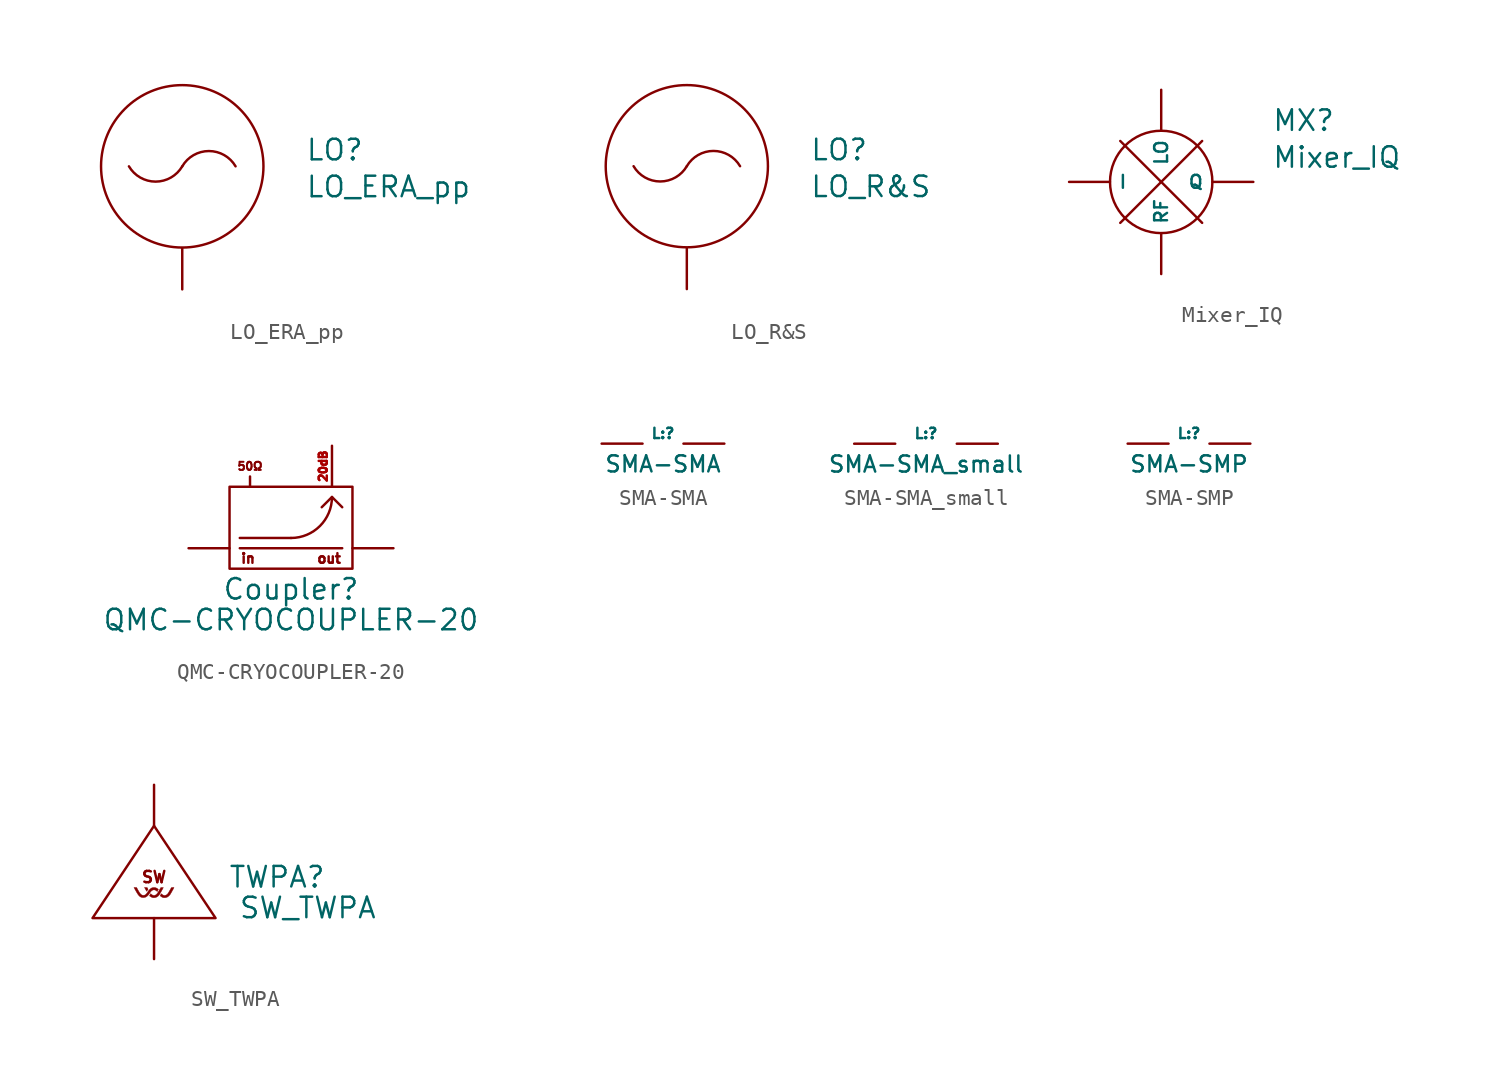
<source format=kicad_sym>
(kicad_symbol_lib
  (version 20220914)
  (generator kicad_symbol_editor)
  (symbol "LO_ERA_pp"
    (property "Reference" "LO"
      (at 7.62 1.016 0)
      (effects (font (size 1.27 1.27)) (justify left)))
    (property "Value" "LO_ERA_pp"
      (at 7.62 -1.27 0)
      (effects (font (size 1.27 1.27)) (justify left)))
    (symbol "LO_ERA_pp_0_0"
      (arc (start -3.302 0) (mid -1.651 -0.9472) (end 0 0) (stroke (width 0) (type default)) (fill (type none)))
      (circle (center 0 0) (radius 5.029) (stroke (width 0) (type default)) (fill (type none)))
      (arc (start 3.302 0) (mid 1.651 0.9466) (end 0 0) (stroke (width 0) (type default)) (fill (type none))))
    (symbol "LO_ERA_pp_1_1"
      (pin output line (at 0 -7.62 90) (length 2.54) (name "" (effects (font (size 1.27 1.27)))) (number "" (effects (font (size 1.27 1.27)))))))
  (symbol "LO_R&S"
    (property "Reference" "LO"
      (at 7.62 1.016 0)
      (effects (font (size 1.27 1.27)) (justify left)))
    (property "Value" "LO_R&S"
      (at 7.62 -1.27 0)
      (effects (font (size 1.27 1.27)) (justify left)))
    (symbol "LO_R&S_0_0"
      (arc (start -3.302 0) (mid -1.651 -0.9472) (end 0 0) (stroke (width 0) (type default)) (fill (type none)))
      (circle (center 0 0) (radius 5.029) (stroke (width 0) (type default)) (fill (type none)))
      (arc (start 3.302 0) (mid 1.651 0.9466) (end 0 0) (stroke (width 0) (type default)) (fill (type none))))
    (symbol "LO_R&S_1_1"
      (pin output line (at 0 -7.62 90) (length 2.54) (name "" (effects (font (size 1.27 1.27)))) (number "" (effects (font (size 1.27 1.27)))))))
  (symbol "Mixer_IQ"
    (property "Reference" "MX"
      (at 6.858 3.81 0)
      (effects (font (size 1.27 1.27)) (justify left)))
    (property "Value" "Mixer_IQ"
      (at 6.858 1.524 0)
      (effects (font (size 1.27 1.27)) (justify left)))
    (symbol "Mixer_IQ_0_0"
      (polyline (pts (xy -2.54 2.54) (xy 2.54 -2.54)) (stroke (width 0) (type default)) (fill (type none)))
      (polyline (pts (xy 2.54 2.54) (xy -2.54 -2.54)) (stroke (width 0) (type default)) (fill (type none)))
      (circle (center 0 0) (radius 3.175) (stroke (width 0) (type default)) (fill (type none))))
    (symbol "Mixer_IQ_1_1"
      (pin bidirectional line (at -5.715 0 0) (length 2.54) (name "I" (effects (font (size 0.8 0.8)))) (number "" (effects (font (size 1.27 1.27)))))
      (pin bidirectional line (at 0 5.715 270) (length 2.54) (name "LO" (effects (font (size 0.8 0.8)))) (number "" (effects (font (size 1.27 1.27)))))
      (pin bidirectional line (at 5.715 0 180) (length 2.54) (name "Q" (effects (font (size 0.8 0.8)))) (number "" (effects (font (size 1.27 1.27)))))
      (pin bidirectional line (at 0 -5.715 90) (length 2.54) (name "RF" (effects (font (size 0.8 0.8)))) (number "" (effects (font (size 1.27 1.27)))))))
  (symbol "QMC-CRYOCOUPLER-20"
    (property "Reference" "Coupler"
      (at 0 -2.54 0)
      (effects (font (size 1.27 1.27))))
    (property "Value" "QMC-CRYOCOUPLER-20"
      (at 0 -4.445 0)
      (effects (font (size 1.27 1.27))))
    (symbol "QMC-CRYOCOUPLER-20_0_1"
      (rectangle (start -3.81 3.81) (end 3.81 -1.27) (stroke (width 0) (type default)) (fill (type none)))
      (polyline (pts (xy -3.175 0) (xy 3.175 0)) (stroke (width 0) (type default)) (fill (type none)))
      (polyline (pts (xy -2.54 4.445) (xy -2.54 3.81)) (stroke (width 0) (type default)) (fill (type none)))
      (polyline (pts (xy 0 0.635) (xy -3.175 0.635)) (stroke (width 0) (type default)) (fill (type none)))
      (polyline (pts (xy 3.175 2.54) (xy 2.54 3.175) (xy 1.905 2.54)) (stroke (width 0) (type default)) (fill (type none)))
      (arc (start 0 0.635) (mid 1.7961 1.3789) (end 2.54 3.175) (stroke (width 0) (type default)) (fill (type none))))
    (symbol "QMC-CRYOCOUPLER-20_1_0"
      (text "50Ω" (at -2.54 5.08 0) (effects (font (size 0.5 0.5))))
      (text "in" (at -3.175 -0.635 0) (effects (font (size 0.6 0.6)) (justify left)))
      (text "out" (at 3.175 -0.635 0) (effects (font (size 0.6 0.6)) (justify right))))
    (symbol "QMC-CRYOCOUPLER-20_1_1"
      (pin output line (at -6.35 0 0) (length 2.54) (name "" (effects (font (size 1.27 1.27)))) (number "" (effects (font (size 1.27 1.27)))))
      (pin input line (at 6.35 0 180) (length 2.54) (name "" (effects (font (size 1.27 1.27)))) (number "" (effects (font (size 1.27 1.27)))))
      (pin input line (at 2.54 6.35 270) (length 2.54) (name "" (effects (font (size 1.27 1.27)))) (number "20dB" (effects (font (size 0.5 0.5)))))))
  (symbol "SMA-SMA"
    (property "Reference" "L:"
      (at 0 0.635 0)
      (effects (font (size 0.64 0.64))))
    (property "Value" "SMA-SMA"
      (at 0 -1.27 0)
      (effects (font (size 1 1))))
    (symbol "SMA-SMA_1_1"
      (pin bidirectional line (at -3.81 0 0) (length 2.54) (name "" (effects (font (size 0.5 0.5)))) (number "" (effects (font (size 1.27 1.27)))))
      (pin bidirectional line (at 3.81 0 180) (length 2.54) (name "" (effects (font (size 0.5 0.5)))) (number "" (effects (font (size 1.27 1.27)))))))
  (symbol "SMA-SMA_small"
    (property "Reference" "L:"
      (at 0 0.635 0)
      (effects (font (size 0.64 0.64))))
    (property "Value" "SMA-SMA_small"
      (at 0 -1.27 0)
      (effects (font (size 1 1))))
    (symbol "SMA-SMA_small_1_1"
      (pin bidirectional line (at -4.445 0 0) (length 2.54) (name "" (effects (font (size 0.5 0.5)))) (number "" (effects (font (size 1.27 1.27)))))
      (pin bidirectional line (at 4.445 0 180) (length 2.54) (name "" (effects (font (size 0.5 0.5)))) (number "" (effects (font (size 1.27 1.27)))))))
  (symbol "SMA-SMP"
    (property "Reference" "L:"
      (at 0 0.635 0)
      (effects (font (size 0.64 0.64))))
    (property "Value" "SMA-SMP"
      (at 0 -1.27 0)
      (effects (font (size 1 1))))
    (symbol "SMA-SMP_1_1"
      (pin bidirectional line (at -3.81 0 0) (length 2.54) (name "" (effects (font (size 0.5 0.5)))) (number "" (effects (font (size 1.27 1.27)))))
      (pin bidirectional line (at 3.81 0 180) (length 2.54) (name "" (effects (font (size 0.5 0.5)))) (number "" (effects (font (size 1.27 1.27)))))))
  (symbol "SW_TWPA"
    (property "Reference" "TWPA"
      (at 7.62 2.54 0)
      (effects (font (size 1.27 1.27))))
    (property "Value" "SW_TWPA"
      (at 9.525 0.635 0)
      (effects (font (size 1.27 1.27))))
    (symbol "SW_TWPA_0_0"
      (polyline (pts (xy 3.81 0) (xy -3.81 0) (xy 0 5.715) (xy 3.81 0)) (stroke (width 0) (type default)) (fill (type none)))
      (polyline (pts (xy -0.448 1.669) (xy -0.441 1.679) (xy -0.424 1.704) (xy -0.402 1.734) (xy -0.366 1.781) (xy -0.396 1.837) (xy -0.426 1.893) (xy -0.51 1.896) (xy -0.594 1.899) (xy -0.549 1.816) (xy -0.542 1.804) (xy -0.518 1.76) (xy -0.496 1.72) (xy -0.481 1.692) (xy -0.479 1.688) (xy -0.465 1.666) (xy -0.456 1.661) (xy -0.448 1.669)) (stroke (width 0.01) (type default)) (fill (type outline)))
      (polyline (pts (xy 0.742 1.27) (xy 0.804 1.291) (xy 0.833 1.306) (xy 0.897 1.351) (xy 0.957 1.409) (xy 1.008 1.474) (xy 1.014 1.483) (xy 1.032 1.513) (xy 1.056 1.555) (xy 1.084 1.604) (xy 1.114 1.658) (xy 1.145 1.714) (xy 1.174 1.767) (xy 1.2 1.815) (xy 1.221 1.854) (xy 1.235 1.881) (xy 1.24 1.893) (xy 1.239 1.893) (xy 1.225 1.896) (xy 1.196 1.897) (xy 1.158 1.896) (xy 1.075 1.893) (xy 0.984 1.73) (xy 0.961 1.69) (xy 0.921 1.621) (xy 0.889 1.568) (xy 0.862 1.527) (xy 0.838 1.496) (xy 0.815 1.473) (xy 0.792 1.454) (xy 0.766 1.438) (xy 0.746 1.427) (xy 0.683 1.407) (xy 0.622 1.406) (xy 0.561 1.427) (xy 0.5 1.469) (xy 0.451 1.51) (xy 0.412 1.447) (xy 0.373 1.384) (xy 0.418 1.348) (xy 0.422 1.344) (xy 0.467 1.312) (xy 0.509 1.289) (xy 0.559 1.27) (xy 0.609 1.26) (xy 0.675 1.26) (xy 0.742 1.27)) (stroke (width 0.01) (type default)) (fill (type outline)))
      (polyline (pts (xy 0.021 1.261) (xy 0.102 1.275) (xy 0.181 1.31) (xy 0.256 1.364) (xy 0.322 1.437) (xy 0.335 1.455) (xy 0.356 1.49) (xy 0.383 1.534) (xy 0.413 1.587) (xy 0.445 1.643) (xy 0.477 1.701) (xy 0.508 1.756) (xy 0.535 1.806) (xy 0.556 1.846) (xy 0.57 1.875) (xy 0.575 1.889) (xy 0.575 1.889) (xy 0.564 1.894) (xy 0.537 1.897) (xy 0.5 1.898) (xy 0.425 1.898) (xy 0.39 1.842) (xy 0.374 1.815) (xy 0.348 1.772) (xy 0.32 1.721) (xy 0.291 1.67) (xy 0.244 1.59) (xy 0.195 1.52) (xy 0.146 1.468) (xy 0.098 1.432) (xy 0.047 1.412) (xy -0.007 1.405) (xy -0.008 1.405) (xy -0.063 1.413) (xy -0.114 1.436) (xy -0.165 1.477) (xy -0.204 1.515) (xy -0.243 1.454) (xy -0.262 1.424) (xy -0.276 1.399) (xy -0.282 1.386) (xy -0.28 1.381) (xy -0.265 1.363) (xy -0.236 1.341) (xy -0.198 1.317) (xy -0.155 1.294) (xy -0.112 1.275) (xy -0.073 1.262) (xy -0.053 1.26) (xy -0.019 1.259) (xy 0.021 1.261)) (stroke (width 0.01) (type default)) (fill (type outline)))
      (polyline (pts (xy -0.635 1.27) (xy -0.566 1.282) (xy -0.507 1.303) (xy -0.477 1.32) (xy -0.406 1.375) (xy -0.34 1.445) (xy -0.28 1.528) (xy -0.229 1.605) (xy -0.174 1.669) (xy -0.119 1.713) (xy -0.064 1.739) (xy -0.005 1.748) (xy 0.045 1.742) (xy 0.101 1.72) (xy 0.156 1.679) (xy 0.2 1.639) (xy 0.235 1.71) (xy 0.27 1.781) (xy 0.238 1.807) (xy 0.22 1.82) (xy 0.185 1.842) (xy 0.147 1.863) (xy 0.113 1.878) (xy 0.082 1.887) (xy 0.046 1.892) (xy -0.003 1.893) (xy -0.051 1.892) (xy -0.088 1.887) (xy -0.12 1.878) (xy -0.155 1.863) (xy -0.194 1.841) (xy -0.262 1.786) (xy -0.327 1.715) (xy -0.387 1.629) (xy -0.405 1.599) (xy -0.456 1.527) (xy -0.504 1.474) (xy -0.552 1.438) (xy -0.602 1.418) (xy -0.655 1.411) (xy -0.675 1.412) (xy -0.722 1.42) (xy -0.764 1.437) (xy -0.805 1.466) (xy -0.846 1.508) (xy -0.889 1.565) (xy -0.936 1.639) (xy -0.989 1.731) (xy -1.08 1.898) (xy -1.248 1.898) (xy -1.202 1.815) (xy -1.141 1.704) (xy -1.087 1.609) (xy -1.039 1.531) (xy -0.997 1.466) (xy -0.958 1.414) (xy -0.921 1.373) (xy -0.886 1.341) (xy -0.85 1.316) (xy -0.812 1.296) (xy -0.771 1.281) (xy -0.766 1.279) (xy -0.705 1.269) (xy -0.635 1.27)) (stroke (width 0.01) (type default)) (fill (type outline)))
      (text "SW" (at 0 2.54 0) (effects (font (size 0.7 0.7)))))
    (symbol "SW_TWPA_1_1"
      (pin input line (at 0 -2.54 90) (length 2.54) (name "" (effects (font (size 0.5 0.5)))) (number "" (effects (font (size 1.27 1.27)))))
      (pin output line (at 0 8.255 270) (length 2.54) (name "" (effects (font (size 0.5 0.5)))) (number "" (effects (font (size 1.27 1.27))))))))
</source>
